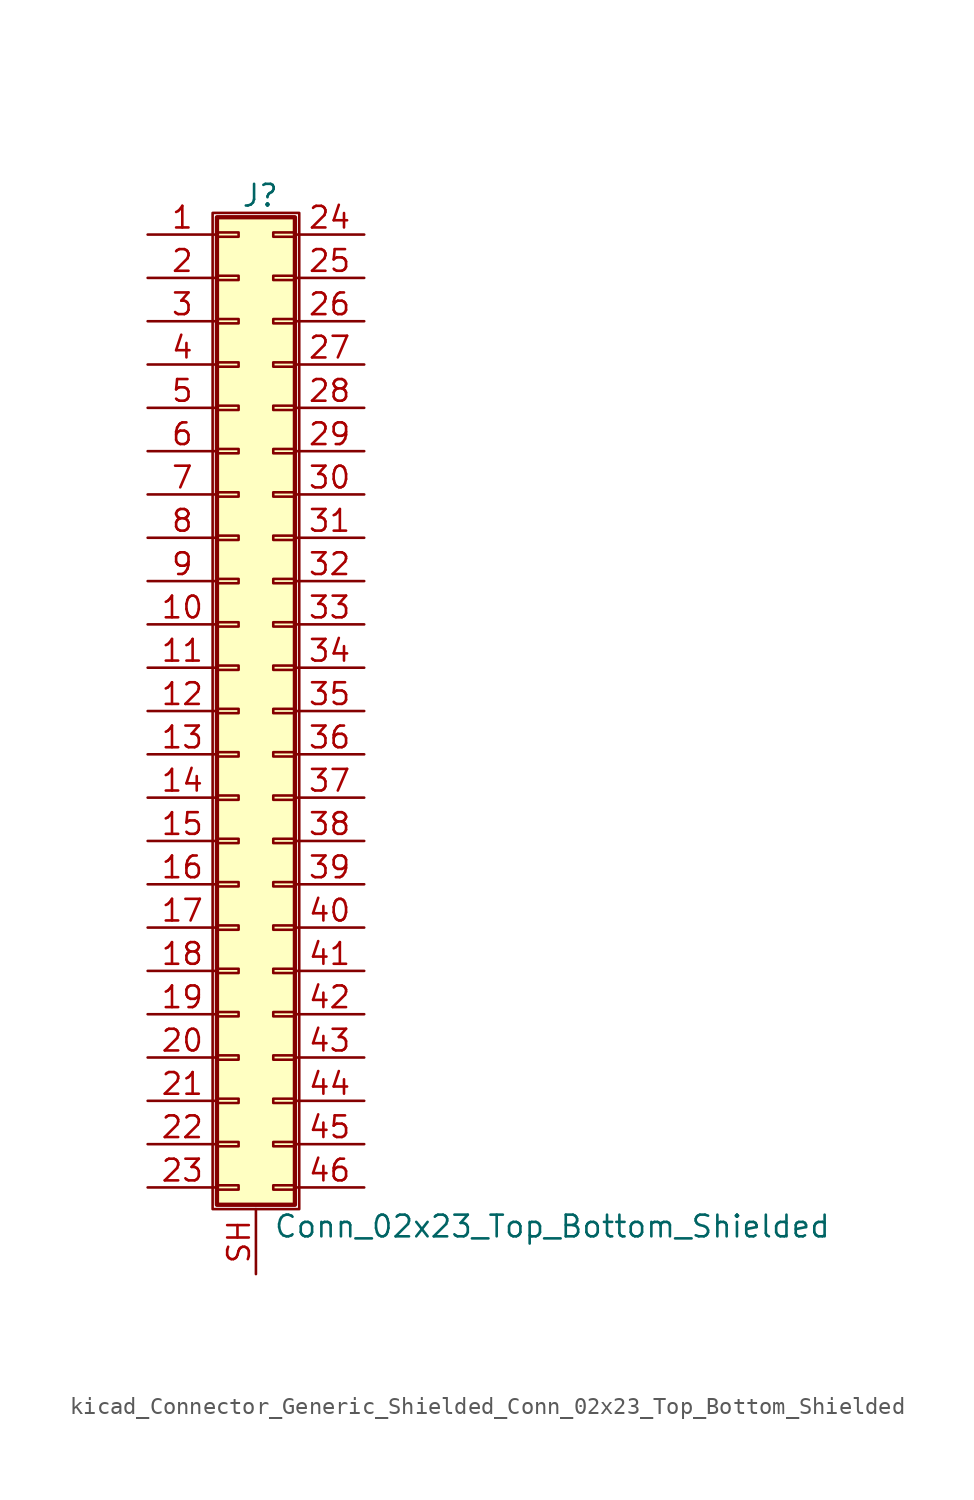
<source format=kicad_sym>
(kicad_symbol_lib
  (version 20220914)
  (generator kicad_symbol_editor)
  (symbol "kicad_Connector_Generic_Shielded_Conn_02x23_Top_Bottom_Shielded"
    (pin_names
      (offset 1.016) hide)
    (property "Reference" "J"
      (at 1.524 30.226 0)
      (effects (font (size 1.27 1.27))))
    (property "Value" "Conn_02x23_Top_Bottom_Shielded"
      (at 2.286 -30.226 0)
      (effects (font (size 1.27 1.27)) (justify left)))
    (symbol "kicad_Connector_Generic_Shielded_Conn_02x23_Top_Bottom_Shielded_1_1"
      (rectangle (start -1.27 29.21) (end 3.81 -29.21) (stroke (width 0.152) (type default)) (fill (type none)))
      (rectangle (start -1.016 -27.813) (end 0.254 -28.067) (stroke (width 0.152) (type default)) (fill (type none)))
      (rectangle (start -1.016 -25.273) (end 0.254 -25.527) (stroke (width 0.152) (type default)) (fill (type none)))
      (rectangle (start -1.016 -22.733) (end 0.254 -22.987) (stroke (width 0.152) (type default)) (fill (type none)))
      (rectangle (start -1.016 -20.193) (end 0.254 -20.447) (stroke (width 0.152) (type default)) (fill (type none)))
      (rectangle (start -1.016 -17.653) (end 0.254 -17.907) (stroke (width 0.152) (type default)) (fill (type none)))
      (rectangle (start -1.016 -15.113) (end 0.254 -15.367) (stroke (width 0.152) (type default)) (fill (type none)))
      (rectangle (start -1.016 -12.573) (end 0.254 -12.827) (stroke (width 0.152) (type default)) (fill (type none)))
      (rectangle (start -1.016 -10.033) (end 0.254 -10.287) (stroke (width 0.152) (type default)) (fill (type none)))
      (rectangle (start -1.016 -7.493) (end 0.254 -7.747) (stroke (width 0.152) (type default)) (fill (type none)))
      (rectangle (start -1.016 -4.953) (end 0.254 -5.207) (stroke (width 0.152) (type default)) (fill (type none)))
      (rectangle (start -1.016 -2.413) (end 0.254 -2.667) (stroke (width 0.152) (type default)) (fill (type none)))
      (rectangle (start -1.016 0.127) (end 0.254 -0.127) (stroke (width 0.152) (type default)) (fill (type none)))
      (rectangle (start -1.016 2.667) (end 0.254 2.413) (stroke (width 0.152) (type default)) (fill (type none)))
      (rectangle (start -1.016 5.207) (end 0.254 4.953) (stroke (width 0.152) (type default)) (fill (type none)))
      (rectangle (start -1.016 7.747) (end 0.254 7.493) (stroke (width 0.152) (type default)) (fill (type none)))
      (rectangle (start -1.016 10.287) (end 0.254 10.033) (stroke (width 0.152) (type default)) (fill (type none)))
      (rectangle (start -1.016 12.827) (end 0.254 12.573) (stroke (width 0.152) (type default)) (fill (type none)))
      (rectangle (start -1.016 15.367) (end 0.254 15.113) (stroke (width 0.152) (type default)) (fill (type none)))
      (rectangle (start -1.016 17.907) (end 0.254 17.653) (stroke (width 0.152) (type default)) (fill (type none)))
      (rectangle (start -1.016 20.447) (end 0.254 20.193) (stroke (width 0.152) (type default)) (fill (type none)))
      (rectangle (start -1.016 22.987) (end 0.254 22.733) (stroke (width 0.152) (type default)) (fill (type none)))
      (rectangle (start -1.016 25.527) (end 0.254 25.273) (stroke (width 0.152) (type default)) (fill (type none)))
      (rectangle (start -1.016 28.067) (end 0.254 27.813) (stroke (width 0.152) (type default)) (fill (type none)))
      (rectangle (start -1.016 28.956) (end 3.556 -28.956) (stroke (width 0.254) (type default)) (fill (type background)))
      (rectangle (start 3.556 -27.813) (end 2.286 -28.067) (stroke (width 0.152) (type default)) (fill (type none)))
      (rectangle (start 3.556 -25.273) (end 2.286 -25.527) (stroke (width 0.152) (type default)) (fill (type none)))
      (rectangle (start 3.556 -22.733) (end 2.286 -22.987) (stroke (width 0.152) (type default)) (fill (type none)))
      (rectangle (start 3.556 -20.193) (end 2.286 -20.447) (stroke (width 0.152) (type default)) (fill (type none)))
      (rectangle (start 3.556 -17.653) (end 2.286 -17.907) (stroke (width 0.152) (type default)) (fill (type none)))
      (rectangle (start 3.556 -15.113) (end 2.286 -15.367) (stroke (width 0.152) (type default)) (fill (type none)))
      (rectangle (start 3.556 -12.573) (end 2.286 -12.827) (stroke (width 0.152) (type default)) (fill (type none)))
      (rectangle (start 3.556 -10.033) (end 2.286 -10.287) (stroke (width 0.152) (type default)) (fill (type none)))
      (rectangle (start 3.556 -7.493) (end 2.286 -7.747) (stroke (width 0.152) (type default)) (fill (type none)))
      (rectangle (start 3.556 -4.953) (end 2.286 -5.207) (stroke (width 0.152) (type default)) (fill (type none)))
      (rectangle (start 3.556 -2.413) (end 2.286 -2.667) (stroke (width 0.152) (type default)) (fill (type none)))
      (rectangle (start 3.556 0.127) (end 2.286 -0.127) (stroke (width 0.152) (type default)) (fill (type none)))
      (rectangle (start 3.556 2.667) (end 2.286 2.413) (stroke (width 0.152) (type default)) (fill (type none)))
      (rectangle (start 3.556 5.207) (end 2.286 4.953) (stroke (width 0.152) (type default)) (fill (type none)))
      (rectangle (start 3.556 7.747) (end 2.286 7.493) (stroke (width 0.152) (type default)) (fill (type none)))
      (rectangle (start 3.556 10.287) (end 2.286 10.033) (stroke (width 0.152) (type default)) (fill (type none)))
      (rectangle (start 3.556 12.827) (end 2.286 12.573) (stroke (width 0.152) (type default)) (fill (type none)))
      (rectangle (start 3.556 15.367) (end 2.286 15.113) (stroke (width 0.152) (type default)) (fill (type none)))
      (rectangle (start 3.556 17.907) (end 2.286 17.653) (stroke (width 0.152) (type default)) (fill (type none)))
      (rectangle (start 3.556 20.447) (end 2.286 20.193) (stroke (width 0.152) (type default)) (fill (type none)))
      (rectangle (start 3.556 22.987) (end 2.286 22.733) (stroke (width 0.152) (type default)) (fill (type none)))
      (rectangle (start 3.556 25.527) (end 2.286 25.273) (stroke (width 0.152) (type default)) (fill (type none)))
      (rectangle (start 3.556 28.067) (end 2.286 27.813) (stroke (width 0.152) (type default)) (fill (type none)))
      (pin passive line (at -5.08 27.94 0) (length 4.064) (name "Pin_1" (effects (font (size 1.27 1.27)))) (number "1" (effects (font (size 1.27 1.27)))))
      (pin passive line (at -5.08 5.08 0) (length 4.064) (name "Pin_10" (effects (font (size 1.27 1.27)))) (number "10" (effects (font (size 1.27 1.27)))))
      (pin passive line (at -5.08 2.54 0) (length 4.064) (name "Pin_11" (effects (font (size 1.27 1.27)))) (number "11" (effects (font (size 1.27 1.27)))))
      (pin passive line (at -5.08 0 0) (length 4.064) (name "Pin_12" (effects (font (size 1.27 1.27)))) (number "12" (effects (font (size 1.27 1.27)))))
      (pin passive line (at -5.08 -2.54 0) (length 4.064) (name "Pin_13" (effects (font (size 1.27 1.27)))) (number "13" (effects (font (size 1.27 1.27)))))
      (pin passive line (at -5.08 -5.08 0) (length 4.064) (name "Pin_14" (effects (font (size 1.27 1.27)))) (number "14" (effects (font (size 1.27 1.27)))))
      (pin passive line (at -5.08 -7.62 0) (length 4.064) (name "Pin_15" (effects (font (size 1.27 1.27)))) (number "15" (effects (font (size 1.27 1.27)))))
      (pin passive line (at -5.08 -10.16 0) (length 4.064) (name "Pin_16" (effects (font (size 1.27 1.27)))) (number "16" (effects (font (size 1.27 1.27)))))
      (pin passive line (at -5.08 -12.7 0) (length 4.064) (name "Pin_17" (effects (font (size 1.27 1.27)))) (number "17" (effects (font (size 1.27 1.27)))))
      (pin passive line (at -5.08 -15.24 0) (length 4.064) (name "Pin_18" (effects (font (size 1.27 1.27)))) (number "18" (effects (font (size 1.27 1.27)))))
      (pin passive line (at -5.08 -17.78 0) (length 4.064) (name "Pin_19" (effects (font (size 1.27 1.27)))) (number "19" (effects (font (size 1.27 1.27)))))
      (pin passive line (at -5.08 25.4 0) (length 4.064) (name "Pin_2" (effects (font (size 1.27 1.27)))) (number "2" (effects (font (size 1.27 1.27)))))
      (pin passive line (at -5.08 -20.32 0) (length 4.064) (name "Pin_20" (effects (font (size 1.27 1.27)))) (number "20" (effects (font (size 1.27 1.27)))))
      (pin passive line (at -5.08 -22.86 0) (length 4.064) (name "Pin_21" (effects (font (size 1.27 1.27)))) (number "21" (effects (font (size 1.27 1.27)))))
      (pin passive line (at -5.08 -25.4 0) (length 4.064) (name "Pin_22" (effects (font (size 1.27 1.27)))) (number "22" (effects (font (size 1.27 1.27)))))
      (pin passive line (at -5.08 -27.94 0) (length 4.064) (name "Pin_23" (effects (font (size 1.27 1.27)))) (number "23" (effects (font (size 1.27 1.27)))))
      (pin passive line (at 7.62 27.94 180) (length 4.064) (name "Pin_24" (effects (font (size 1.27 1.27)))) (number "24" (effects (font (size 1.27 1.27)))))
      (pin passive line (at 7.62 25.4 180) (length 4.064) (name "Pin_25" (effects (font (size 1.27 1.27)))) (number "25" (effects (font (size 1.27 1.27)))))
      (pin passive line (at 7.62 22.86 180) (length 4.064) (name "Pin_26" (effects (font (size 1.27 1.27)))) (number "26" (effects (font (size 1.27 1.27)))))
      (pin passive line (at 7.62 20.32 180) (length 4.064) (name "Pin_27" (effects (font (size 1.27 1.27)))) (number "27" (effects (font (size 1.27 1.27)))))
      (pin passive line (at 7.62 17.78 180) (length 4.064) (name "Pin_28" (effects (font (size 1.27 1.27)))) (number "28" (effects (font (size 1.27 1.27)))))
      (pin passive line (at 7.62 15.24 180) (length 4.064) (name "Pin_29" (effects (font (size 1.27 1.27)))) (number "29" (effects (font (size 1.27 1.27)))))
      (pin passive line (at -5.08 22.86 0) (length 4.064) (name "Pin_3" (effects (font (size 1.27 1.27)))) (number "3" (effects (font (size 1.27 1.27)))))
      (pin passive line (at 7.62 12.7 180) (length 4.064) (name "Pin_30" (effects (font (size 1.27 1.27)))) (number "30" (effects (font (size 1.27 1.27)))))
      (pin passive line (at 7.62 10.16 180) (length 4.064) (name "Pin_31" (effects (font (size 1.27 1.27)))) (number "31" (effects (font (size 1.27 1.27)))))
      (pin passive line (at 7.62 7.62 180) (length 4.064) (name "Pin_32" (effects (font (size 1.27 1.27)))) (number "32" (effects (font (size 1.27 1.27)))))
      (pin passive line (at 7.62 5.08 180) (length 4.064) (name "Pin_33" (effects (font (size 1.27 1.27)))) (number "33" (effects (font (size 1.27 1.27)))))
      (pin passive line (at 7.62 2.54 180) (length 4.064) (name "Pin_34" (effects (font (size 1.27 1.27)))) (number "34" (effects (font (size 1.27 1.27)))))
      (pin passive line (at 7.62 0 180) (length 4.064) (name "Pin_35" (effects (font (size 1.27 1.27)))) (number "35" (effects (font (size 1.27 1.27)))))
      (pin passive line (at 7.62 -2.54 180) (length 4.064) (name "Pin_36" (effects (font (size 1.27 1.27)))) (number "36" (effects (font (size 1.27 1.27)))))
      (pin passive line (at 7.62 -5.08 180) (length 4.064) (name "Pin_37" (effects (font (size 1.27 1.27)))) (number "37" (effects (font (size 1.27 1.27)))))
      (pin passive line (at 7.62 -7.62 180) (length 4.064) (name "Pin_38" (effects (font (size 1.27 1.27)))) (number "38" (effects (font (size 1.27 1.27)))))
      (pin passive line (at 7.62 -10.16 180) (length 4.064) (name "Pin_39" (effects (font (size 1.27 1.27)))) (number "39" (effects (font (size 1.27 1.27)))))
      (pin passive line (at -5.08 20.32 0) (length 4.064) (name "Pin_4" (effects (font (size 1.27 1.27)))) (number "4" (effects (font (size 1.27 1.27)))))
      (pin passive line (at 7.62 -12.7 180) (length 4.064) (name "Pin_40" (effects (font (size 1.27 1.27)))) (number "40" (effects (font (size 1.27 1.27)))))
      (pin passive line (at 7.62 -15.24 180) (length 4.064) (name "Pin_41" (effects (font (size 1.27 1.27)))) (number "41" (effects (font (size 1.27 1.27)))))
      (pin passive line (at 7.62 -17.78 180) (length 4.064) (name "Pin_42" (effects (font (size 1.27 1.27)))) (number "42" (effects (font (size 1.27 1.27)))))
      (pin passive line (at 7.62 -20.32 180) (length 4.064) (name "Pin_43" (effects (font (size 1.27 1.27)))) (number "43" (effects (font (size 1.27 1.27)))))
      (pin passive line (at 7.62 -22.86 180) (length 4.064) (name "Pin_44" (effects (font (size 1.27 1.27)))) (number "44" (effects (font (size 1.27 1.27)))))
      (pin passive line (at 7.62 -25.4 180) (length 4.064) (name "Pin_45" (effects (font (size 1.27 1.27)))) (number "45" (effects (font (size 1.27 1.27)))))
      (pin passive line (at 7.62 -27.94 180) (length 4.064) (name "Pin_46" (effects (font (size 1.27 1.27)))) (number "46" (effects (font (size 1.27 1.27)))))
      (pin passive line (at -5.08 17.78 0) (length 4.064) (name "Pin_5" (effects (font (size 1.27 1.27)))) (number "5" (effects (font (size 1.27 1.27)))))
      (pin passive line (at -5.08 15.24 0) (length 4.064) (name "Pin_6" (effects (font (size 1.27 1.27)))) (number "6" (effects (font (size 1.27 1.27)))))
      (pin passive line (at -5.08 12.7 0) (length 4.064) (name "Pin_7" (effects (font (size 1.27 1.27)))) (number "7" (effects (font (size 1.27 1.27)))))
      (pin passive line (at -5.08 10.16 0) (length 4.064) (name "Pin_8" (effects (font (size 1.27 1.27)))) (number "8" (effects (font (size 1.27 1.27)))))
      (pin passive line (at -5.08 7.62 0) (length 4.064) (name "Pin_9" (effects (font (size 1.27 1.27)))) (number "9" (effects (font (size 1.27 1.27)))))
      (pin passive line (at 1.27 -33.02 90) (length 3.81) (name "Shield" (effects (font (size 1.27 1.27)))) (number "SH" (effects (font (size 1.27 1.27))))))))
</source>
